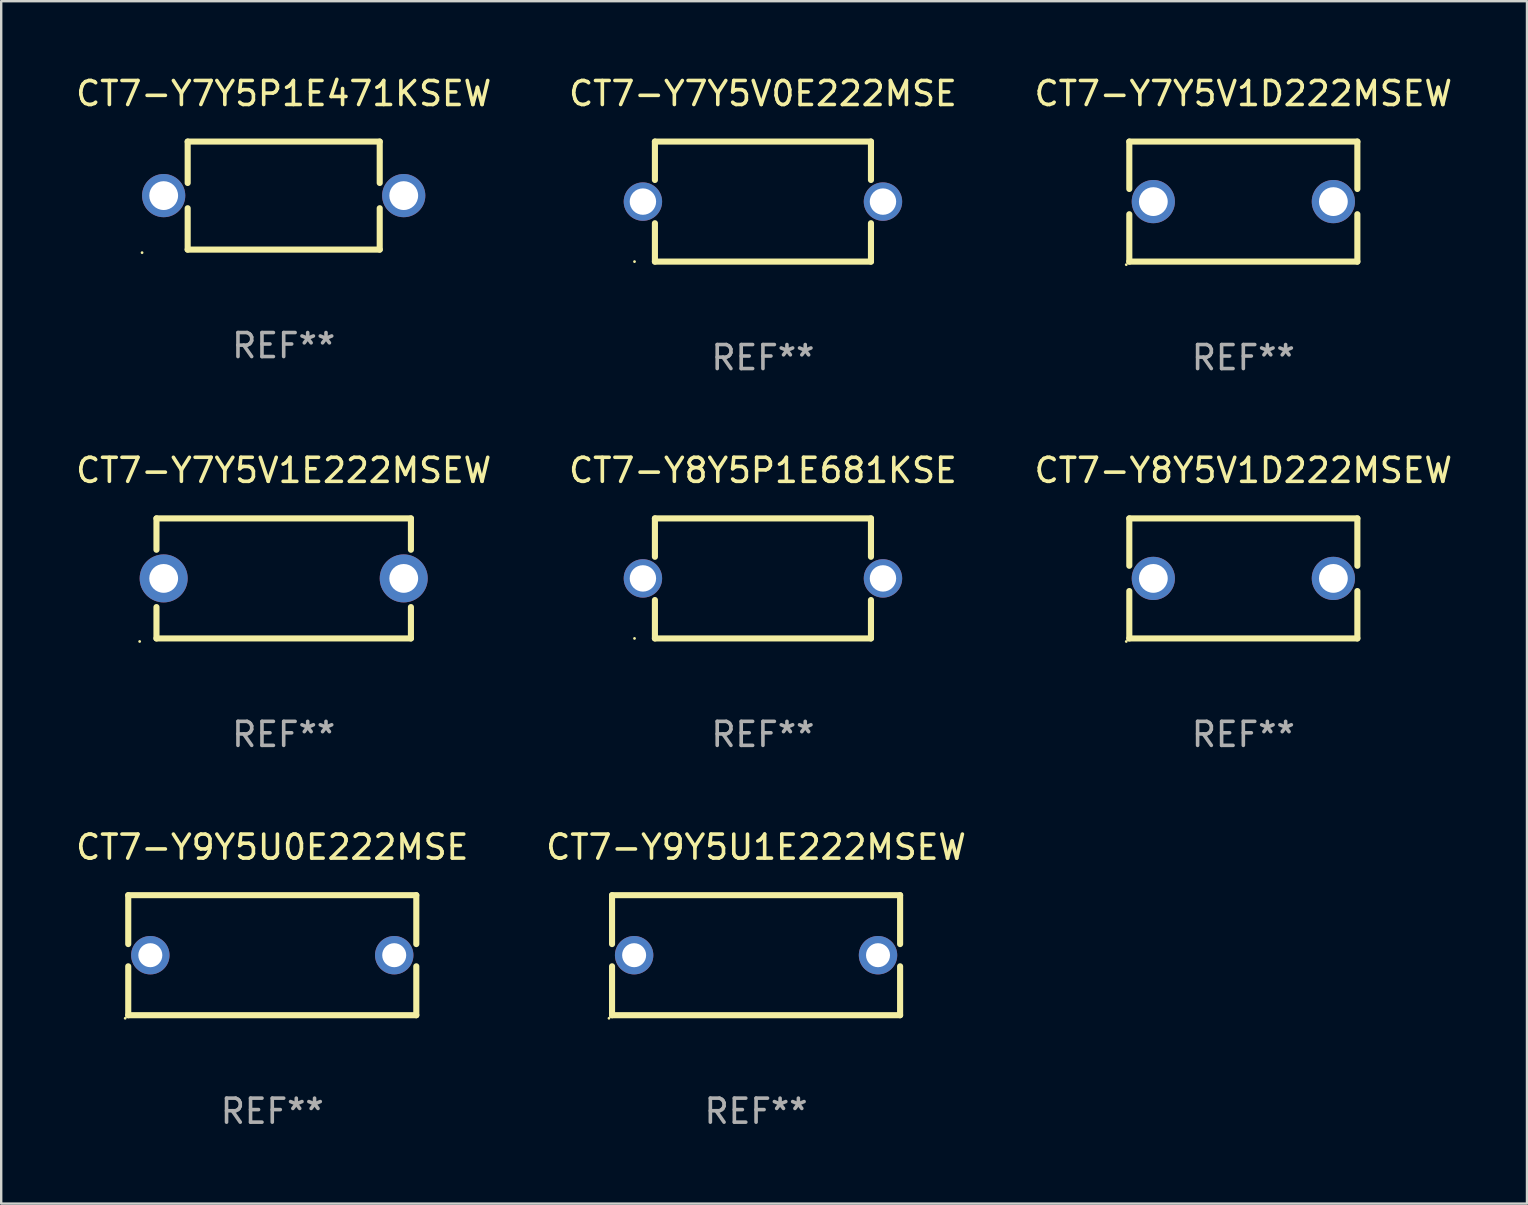
<source format=kicad_pcb>
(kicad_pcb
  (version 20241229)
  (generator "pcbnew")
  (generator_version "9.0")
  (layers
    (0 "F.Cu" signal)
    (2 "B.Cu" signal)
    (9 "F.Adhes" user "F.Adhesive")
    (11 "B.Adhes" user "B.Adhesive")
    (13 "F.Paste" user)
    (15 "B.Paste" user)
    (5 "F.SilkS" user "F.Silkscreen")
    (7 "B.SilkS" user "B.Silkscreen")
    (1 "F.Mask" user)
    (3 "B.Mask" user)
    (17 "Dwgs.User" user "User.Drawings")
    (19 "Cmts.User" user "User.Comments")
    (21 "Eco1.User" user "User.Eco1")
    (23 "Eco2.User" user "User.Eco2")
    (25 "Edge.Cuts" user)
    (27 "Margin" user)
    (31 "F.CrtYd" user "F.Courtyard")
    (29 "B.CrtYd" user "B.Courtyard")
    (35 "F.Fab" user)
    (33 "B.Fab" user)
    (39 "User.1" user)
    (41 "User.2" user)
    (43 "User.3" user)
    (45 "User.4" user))
  (footprint "CT7-Y7Y5V1E222MSEW"
    (layer "F.Cu")
    (at 8.768 21.045)
    (property "Reference" "CT7-Y7Y5V1E222MSEW" (at 0 -4.5 0) (layer "F.SilkS") (effects (font (size 1 1) (thickness 0.15))))
    (attr through_hole)
    (fp_line (start -5.3 -2.5) (end -5.3 -1.194) (stroke (width 0.254) (type solid)) (layer "F.SilkS"))
    (fp_line (start -5.3 -2.5) (end 5.3 -2.5) (stroke (width 0.254) (type solid)) (layer "F.SilkS"))
    (fp_line (start -5.3 1.194) (end -5.3 2.5) (stroke (width 0.254) (type solid)) (layer "F.SilkS"))
    (fp_line (start -5.3 2.5) (end 5.3 2.5) (stroke (width 0.254) (type solid)) (layer "F.SilkS"))
    (fp_line (start 5.3 -2.5) (end 5.3 -1.194) (stroke (width 0.254) (type solid)) (layer "F.SilkS"))
    (fp_line (start 5.3 1.194) (end 5.3 2.5) (stroke (width 0.254) (type solid)) (layer "F.SilkS"))
    (fp_circle (center -6 2.627) (end -5.97 2.627) (stroke (width 0.06) (type solid)) (fill no) (layer "F.SilkS"))
    (fp_text user "REF**" (at 0 6.5 0) (layer "F.Fab") (effects (font (size 1 1) (thickness 0.15))))
    (pad "1" thru_hole circle (at -5 0) (size 2 2) (drill 1.2) (layers "*.Cu" "*.Mask"))
    (pad "2" thru_hole circle (at 5 0) (size 2 2) (drill 1.2) (layers "*.Cu" "*.Mask")))
  (footprint "CT7-Y7Y5V1D222MSEW"
    (layer "F.Cu")
    (at 48.744 5.348)
    (property "Reference" "CT7-Y7Y5V1D222MSEW" (at 0 -4.5 0) (layer "F.SilkS") (effects (font (size 1 1) (thickness 0.15))))
    (attr through_hole)
    (fp_line (start -4.75 -2.5) (end -4.75 -0.526) (stroke (width 0.254) (type solid)) (layer "F.SilkS"))
    (fp_line (start -4.75 -2.5) (end 4.75 -2.5) (stroke (width 0.254) (type solid)) (layer "F.SilkS"))
    (fp_line (start -4.75 0.526) (end -4.75 2.5) (stroke (width 0.254) (type solid)) (layer "F.SilkS"))
    (fp_line (start 4.75 2.5) (end -4.75 2.5) (stroke (width 0.254) (type solid)) (layer "F.SilkS"))
    (fp_line (start 4.75 -2.5) (end 4.75 -0.526) (stroke (width 0.254) (type solid)) (layer "F.SilkS"))
    (fp_line (start 4.75 0.526) (end 4.75 2.5) (stroke (width 0.254) (type solid)) (layer "F.SilkS"))
    (fp_circle (center -4.877 2.627) (end -4.847 2.627) (stroke (width 0.06) (type solid)) (fill no) (layer "F.SilkS"))
    (fp_text user "REF**" (at 0 6.5 0) (layer "F.Fab") (effects (font (size 1 1) (thickness 0.15))))
    (pad "1" thru_hole circle (at -3.75 0) (size 1.8 1.8) (drill 1.2) (layers "*.Cu" "*.Mask"))
    (pad "2" thru_hole circle (at 3.75 0) (size 1.8 1.8) (drill 1.2) (layers "*.Cu" "*.Mask")))
  (footprint "CT7-Y9Y5U0E222MSE"
    (layer "F.Cu")
    (at 8.292 36.741)
    (property "Reference" "CT7-Y9Y5U0E222MSE" (at 0 -4.5 0) (layer "F.SilkS") (effects (font (size 1 1) (thickness 0.15))))
    (attr through_hole)
    (fp_line (start -6 -2.5) (end 6 -2.5) (stroke (width 0.254) (type solid)) (layer "F.SilkS"))
    (fp_line (start -6 -0.463) (end -6 -2.5) (stroke (width 0.254) (type solid)) (layer "F.SilkS"))
    (fp_line (start -6 2.5) (end -6 0.463) (stroke (width 0.254) (type solid)) (layer "F.SilkS"))
    (fp_line (start 6 -2.5) (end 6 -0.463) (stroke (width 0.254) (type solid)) (layer "F.SilkS"))
    (fp_line (start 6 0.463) (end 6 2.5) (stroke (width 0.254) (type solid)) (layer "F.SilkS"))
    (fp_line (start 6 2.5) (end -6 2.5) (stroke (width 0.254) (type solid)) (layer "F.SilkS"))
    (fp_circle (center -6.127 2.627) (end -6.097 2.627) (stroke (width 0.06) (type solid)) (fill no) (layer "F.SilkS"))
    (fp_text user "REF**" (at 0 6.5 0) (layer "F.Fab") (effects (font (size 1 1) (thickness 0.15))))
    (pad "1" thru_hole circle (at -5.08 0) (size 1.6 1.6) (drill 1) (layers "*.Cu" "*.Mask"))
    (pad "2" thru_hole circle (at 5.08 0) (size 1.6 1.6) (drill 1) (layers "*.Cu" "*.Mask")))
  (footprint "CT7-Y9Y5U1E222MSEW"
    (layer "F.Cu")
    (at 28.446 36.741)
    (property "Reference" "CT7-Y9Y5U1E222MSEW" (at 0 -4.5 0) (layer "F.SilkS") (effects (font (size 1 1) (thickness 0.15))))
    (attr through_hole)
    (fp_line (start -6 -2.5) (end 6 -2.5) (stroke (width 0.254) (type solid)) (layer "F.SilkS"))
    (fp_line (start -6 -0.463) (end -6 -2.5) (stroke (width 0.254) (type solid)) (layer "F.SilkS"))
    (fp_line (start -6 2.5) (end -6 0.463) (stroke (width 0.254) (type solid)) (layer "F.SilkS"))
    (fp_line (start 6 -2.5) (end 6 -0.463) (stroke (width 0.254) (type solid)) (layer "F.SilkS"))
    (fp_line (start 6 0.463) (end 6 2.5) (stroke (width 0.254) (type solid)) (layer "F.SilkS"))
    (fp_line (start 6 2.5) (end -6 2.5) (stroke (width 0.254) (type solid)) (layer "F.SilkS"))
    (fp_circle (center -6.127 2.627) (end -6.097 2.627) (stroke (width 0.06) (type solid)) (fill no) (layer "F.SilkS"))
    (fp_text user "REF**" (at 0 6.5 0) (layer "F.Fab") (effects (font (size 1 1) (thickness 0.15))))
    (pad "1" thru_hole circle (at -5.08 0) (size 1.6 1.6) (drill 1) (layers "*.Cu" "*.Mask"))
    (pad "2" thru_hole circle (at 5.08 0) (size 1.6 1.6) (drill 1) (layers "*.Cu" "*.Mask")))
  (footprint "CT7-Y8Y5V1D222MSEW"
    (layer "F.Cu")
    (at 48.744 21.045)
    (property "Reference" "CT7-Y8Y5V1D222MSEW" (at 0 -4.5 0) (layer "F.SilkS") (effects (font (size 1 1) (thickness 0.15))))
    (attr through_hole)
    (fp_line (start -4.75 -2.5) (end -4.75 -0.526) (stroke (width 0.254) (type solid)) (layer "F.SilkS"))
    (fp_line (start -4.75 -2.5) (end 4.75 -2.5) (stroke (width 0.254) (type solid)) (layer "F.SilkS"))
    (fp_line (start -4.75 0.526) (end -4.75 2.5) (stroke (width 0.254) (type solid)) (layer "F.SilkS"))
    (fp_line (start 4.75 2.5) (end -4.75 2.5) (stroke (width 0.254) (type solid)) (layer "F.SilkS"))
    (fp_line (start 4.75 -2.5) (end 4.75 -0.526) (stroke (width 0.254) (type solid)) (layer "F.SilkS"))
    (fp_line (start 4.75 0.526) (end 4.75 2.5) (stroke (width 0.254) (type solid)) (layer "F.SilkS"))
    (fp_circle (center -4.877 2.627) (end -4.847 2.627) (stroke (width 0.06) (type solid)) (fill no) (layer "F.SilkS"))
    (fp_text user "REF**" (at 0 6.5 0) (layer "F.Fab") (effects (font (size 1 1) (thickness 0.15))))
    (pad "1" thru_hole circle (at -3.75 0) (size 1.8 1.8) (drill 1.2) (layers "*.Cu" "*.Mask"))
    (pad "2" thru_hole circle (at 3.75 0) (size 1.8 1.8) (drill 1.2) (layers "*.Cu" "*.Mask")))
  (footprint "CT7-Y7Y5V0E222MSE"
    (layer "F.Cu")
    (at 28.732 5.348)
    (property "Reference" "CT7-Y7Y5V0E222MSE" (at 0 -4.5 0) (layer "F.SilkS") (effects (font (size 1 1) (thickness 0.15))))
    (attr through_hole)
    (fp_line (start -4.5 -2.5) (end 4.5 -2.5) (stroke (width 0.254) (type solid)) (layer "F.SilkS"))
    (fp_line (start -4.5 -0.901) (end -4.5 -2.5) (stroke (width 0.254) (type solid)) (layer "F.SilkS"))
    (fp_line (start -4.5 2.5) (end -4.5 0.901) (stroke (width 0.254) (type solid)) (layer "F.SilkS"))
    (fp_line (start -4.5 2.5) (end 4.5 2.5) (stroke (width 0.254) (type solid)) (layer "F.SilkS"))
    (fp_line (start 4.5 -0.901) (end 4.5 -2.5) (stroke (width 0.254) (type solid)) (layer "F.SilkS"))
    (fp_line (start 4.5 2.5) (end 4.5 0.901) (stroke (width 0.254) (type solid)) (layer "F.SilkS"))
    (fp_circle (center -5.35 2.5) (end -5.32 2.5) (stroke (width 0.06) (type solid)) (fill no) (layer "F.SilkS"))
    (fp_text user "REF**" (at 0 6.5 0) (layer "F.Fab") (effects (font (size 1 1) (thickness 0.15))))
    (pad "1" thru_hole circle (at -5 0) (size 1.6 1.6) (drill 1.1) (layers "*.Cu" "*.Mask"))
    (pad "2" thru_hole circle (at 5 0) (size 1.6 1.6) (drill 1.1) (layers "*.Cu" "*.Mask")))
  (footprint "CT7-Y7Y5P1E471KSEW"
    (layer "F.Cu")
    (at 8.768 5.098)
    (property "Reference" "CT7-Y7Y5P1E471KSEW" (at 0 -4.25 0) (layer "F.SilkS") (effects (font (size 1 1) (thickness 0.15))))
    (attr through_hole)
    (fp_line (start -4 -2.25) (end -4 -0.526) (stroke (width 0.254) (type solid)) (layer "F.SilkS"))
    (fp_line (start -4 -2.25) (end 4 -2.25) (stroke (width 0.254) (type solid)) (layer "F.SilkS"))
    (fp_line (start -4 0.526) (end -4 2.25) (stroke (width 0.254) (type solid)) (layer "F.SilkS"))
    (fp_line (start 4 -2.25) (end 4 -0.526) (stroke (width 0.254) (type solid)) (layer "F.SilkS"))
    (fp_line (start 4 0.526) (end 4 2.25) (stroke (width 0.254) (type solid)) (layer "F.SilkS"))
    (fp_line (start 4 2.25) (end -4 2.25) (stroke (width 0.254) (type solid)) (layer "F.SilkS"))
    (fp_circle (center -5.9 2.377) (end -5.87 2.377) (stroke (width 0.06) (type solid)) (fill no) (layer "F.SilkS"))
    (fp_text user "REF**" (at 0 6.25 0) (layer "F.Fab") (effects (font (size 1 1) (thickness 0.15))))
    (pad "1" thru_hole circle (at -5 0) (size 1.8 1.8) (drill 1.2) (layers "*.Cu" "*.Mask"))
    (pad "2" thru_hole circle (at 5 0) (size 1.8 1.8) (drill 1.2) (layers "*.Cu" "*.Mask")))
  (footprint "CT7-Y8Y5P1E681KSE"
    (layer "F.Cu")
    (at 28.732 21.045)
    (property "Reference" "CT7-Y8Y5P1E681KSE" (at 0 -4.5 0) (layer "F.SilkS") (effects (font (size 1 1) (thickness 0.15))))
    (attr through_hole)
    (fp_line (start -4.5 -2.5) (end 4.5 -2.5) (stroke (width 0.254) (type solid)) (layer "F.SilkS"))
    (fp_line (start -4.5 -0.901) (end -4.5 -2.5) (stroke (width 0.254) (type solid)) (layer "F.SilkS"))
    (fp_line (start -4.5 2.5) (end -4.5 0.901) (stroke (width 0.254) (type solid)) (layer "F.SilkS"))
    (fp_line (start -4.5 2.5) (end 4.5 2.5) (stroke (width 0.254) (type solid)) (layer "F.SilkS"))
    (fp_line (start 4.5 -0.901) (end 4.5 -2.5) (stroke (width 0.254) (type solid)) (layer "F.SilkS"))
    (fp_line (start 4.5 2.5) (end 4.5 0.901) (stroke (width 0.254) (type solid)) (layer "F.SilkS"))
    (fp_circle (center -5.35 2.5) (end -5.32 2.5) (stroke (width 0.06) (type solid)) (fill no) (layer "F.SilkS"))
    (fp_text user "REF**" (at 0 6.5 0) (layer "F.Fab") (effects (font (size 1 1) (thickness 0.15))))
    (pad "1" thru_hole circle (at -5 0) (size 1.6 1.6) (drill 1.1) (layers "*.Cu" "*.Mask"))
    (pad "2" thru_hole circle (at 5 0) (size 1.6 1.6) (drill 1.1) (layers "*.Cu" "*.Mask")))
  (gr_rect
    (start -3 -3)
    (end 60.56 47.09)
    (stroke (width 0.1) (type default))
    (fill no)
    (layer "Edge.Cuts")))
</source>
